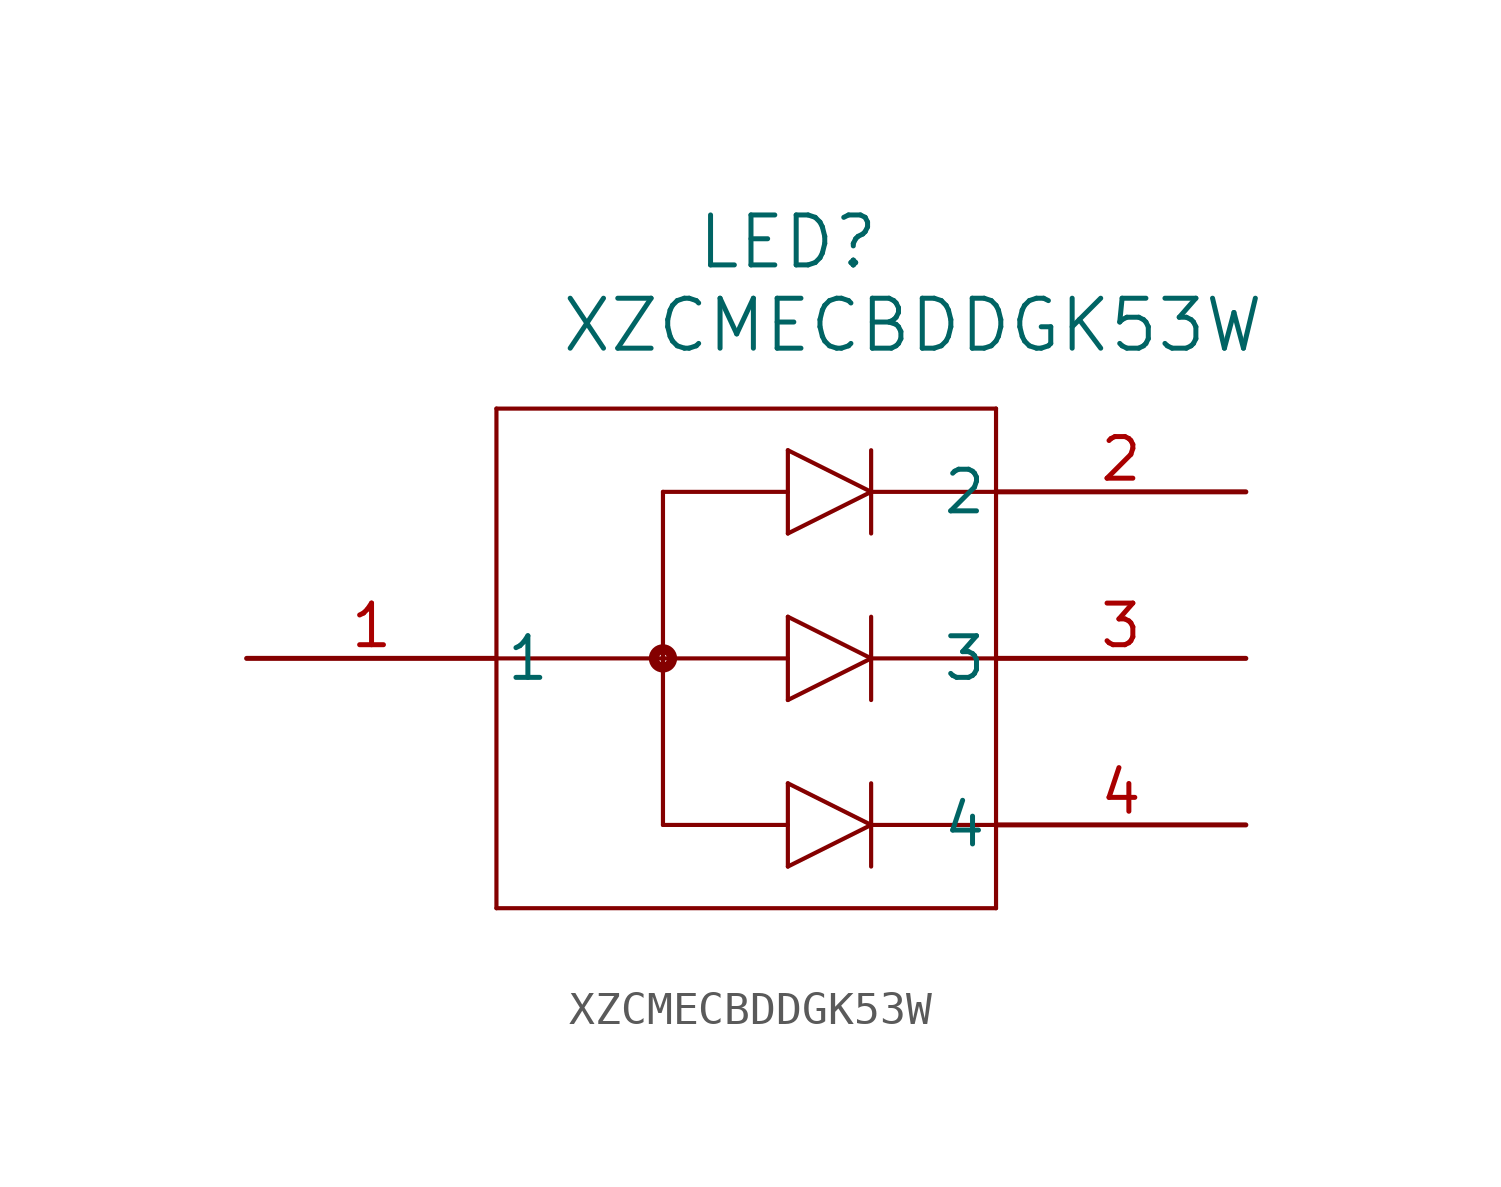
<source format=kicad_sym>
(kicad_symbol_lib
  (version 20211014)
  (generator kicad_symbol_editor)
  (symbol "XZCMECBDDGK53W"
    (pin_names
      (offset 0.254))
    (property "Reference" "LED"
      (at 16.51 12.7 0)
      (effects (font (size 1.524 1.524))))
    (property "Value" "XZCMECBDDGK53W"
      (at 20.32 10.16 0)
      (effects (font (size 1.524 1.524))))
    (symbol "XZCMECBDDGK53W_0_1"
      (polyline (pts (xy 7.62 7.62) (xy 7.62 -7.62)) (stroke (width 0.127) (type default) (color 0 0 0 0)) (fill (type none)))
      (polyline (pts (xy 7.62 -7.62) (xy 22.86 -7.62)) (stroke (width 0.127) (type default) (color 0 0 0 0)) (fill (type none)))
      (polyline (pts (xy 22.86 -7.62) (xy 22.86 7.62)) (stroke (width 0.127) (type default) (color 0 0 0 0)) (fill (type none)))
      (polyline (pts (xy 22.86 7.62) (xy 7.62 7.62)) (stroke (width 0.127) (type default) (color 0 0 0 0)) (fill (type none)))
      (polyline (pts (xy 7.62 0) (xy 16.51 0)) (stroke (width 0.127) (type default) (color 0 0 0 0)) (fill (type none)))
      (polyline (pts (xy 12.7 5.08) (xy 12.7 -5.08)) (stroke (width 0.127) (type default) (color 0 0 0 0)) (fill (type none)))
      (polyline (pts (xy 12.7 -5.08) (xy 16.51 -5.08)) (stroke (width 0.127) (type default) (color 0 0 0 0)) (fill (type none)))
      (polyline (pts (xy 16.51 1.27) (xy 16.51 -1.27)) (stroke (width 0.127) (type default) (color 0 0 0 0)) (fill (type none)))
      (polyline (pts (xy 12.7 5.08) (xy 16.51 5.08)) (stroke (width 0.127) (type default) (color 0 0 0 0)) (fill (type none)))
      (polyline (pts (xy 16.51 6.35) (xy 16.51 3.81)) (stroke (width 0.127) (type default) (color 0 0 0 0)) (fill (type none)))
      (polyline (pts (xy 16.51 6.35) (xy 19.05 5.08)) (stroke (width 0.127) (type default) (color 0 0 0 0)) (fill (type none)))
      (polyline (pts (xy 19.05 5.08) (xy 16.51 3.81)) (stroke (width 0.127) (type default) (color 0 0 0 0)) (fill (type none)))
      (polyline (pts (xy 19.05 6.35) (xy 19.05 3.81)) (stroke (width 0.127) (type default) (color 0 0 0 0)) (fill (type none)))
      (polyline (pts (xy 22.86 5.08) (xy 19.05 5.08)) (stroke (width 0.127) (type default) (color 0 0 0 0)) (fill (type none)))
      (polyline (pts (xy 16.51 -3.81) (xy 16.51 -6.35)) (stroke (width 0.127) (type default) (color 0 0 0 0)) (fill (type none)))
      (polyline (pts (xy 16.51 -3.81) (xy 19.05 -5.08)) (stroke (width 0.127) (type default) (color 0 0 0 0)) (fill (type none)))
      (polyline (pts (xy 19.05 -5.08) (xy 16.51 -6.35)) (stroke (width 0.127) (type default) (color 0 0 0 0)) (fill (type none)))
      (polyline (pts (xy 19.05 -3.81) (xy 19.05 -6.35)) (stroke (width 0.127) (type default) (color 0 0 0 0)) (fill (type none)))
      (polyline (pts (xy 22.86 -5.08) (xy 19.05 -5.08)) (stroke (width 0.127) (type default) (color 0 0 0 0)) (fill (type none)))
      (polyline (pts (xy 16.51 1.27) (xy 19.05 0)) (stroke (width 0.127) (type default) (color 0 0 0 0)) (fill (type none)))
      (polyline (pts (xy 19.05 0) (xy 16.51 -1.27)) (stroke (width 0.127) (type default) (color 0 0 0 0)) (fill (type none)))
      (polyline (pts (xy 19.05 1.27) (xy 19.05 -1.27)) (stroke (width 0.127) (type default) (color 0 0 0 0)) (fill (type none)))
      (polyline (pts (xy 22.86 0) (xy 19.05 0)) (stroke (width 0.127) (type default) (color 0 0 0 0)) (fill (type none)))
      (circle (center 12.7 0) (radius 0.127) (stroke (width 0.305) (type default) (color 0 0 0 0)) (fill (type none)))
      (pin unspecified line (at 0 0 0) (length 7.62) (name "1" (effects (font (size 1.27 1.27)))) (number "1" (effects (font (size 1.27 1.27)))))
      (pin unspecified line (at 30.48 5.08 180) (length 7.62) (name "2" (effects (font (size 1.27 1.27)))) (number "2" (effects (font (size 1.27 1.27)))))
      (pin unspecified line (at 30.48 0 180) (length 7.62) (name "3" (effects (font (size 1.27 1.27)))) (number "3" (effects (font (size 1.27 1.27)))))
      (pin unspecified line (at 30.48 -5.08 180) (length 7.62) (name "4" (effects (font (size 1.27 1.27)))) (number "4" (effects (font (size 1.27 1.27))))))))
</source>
